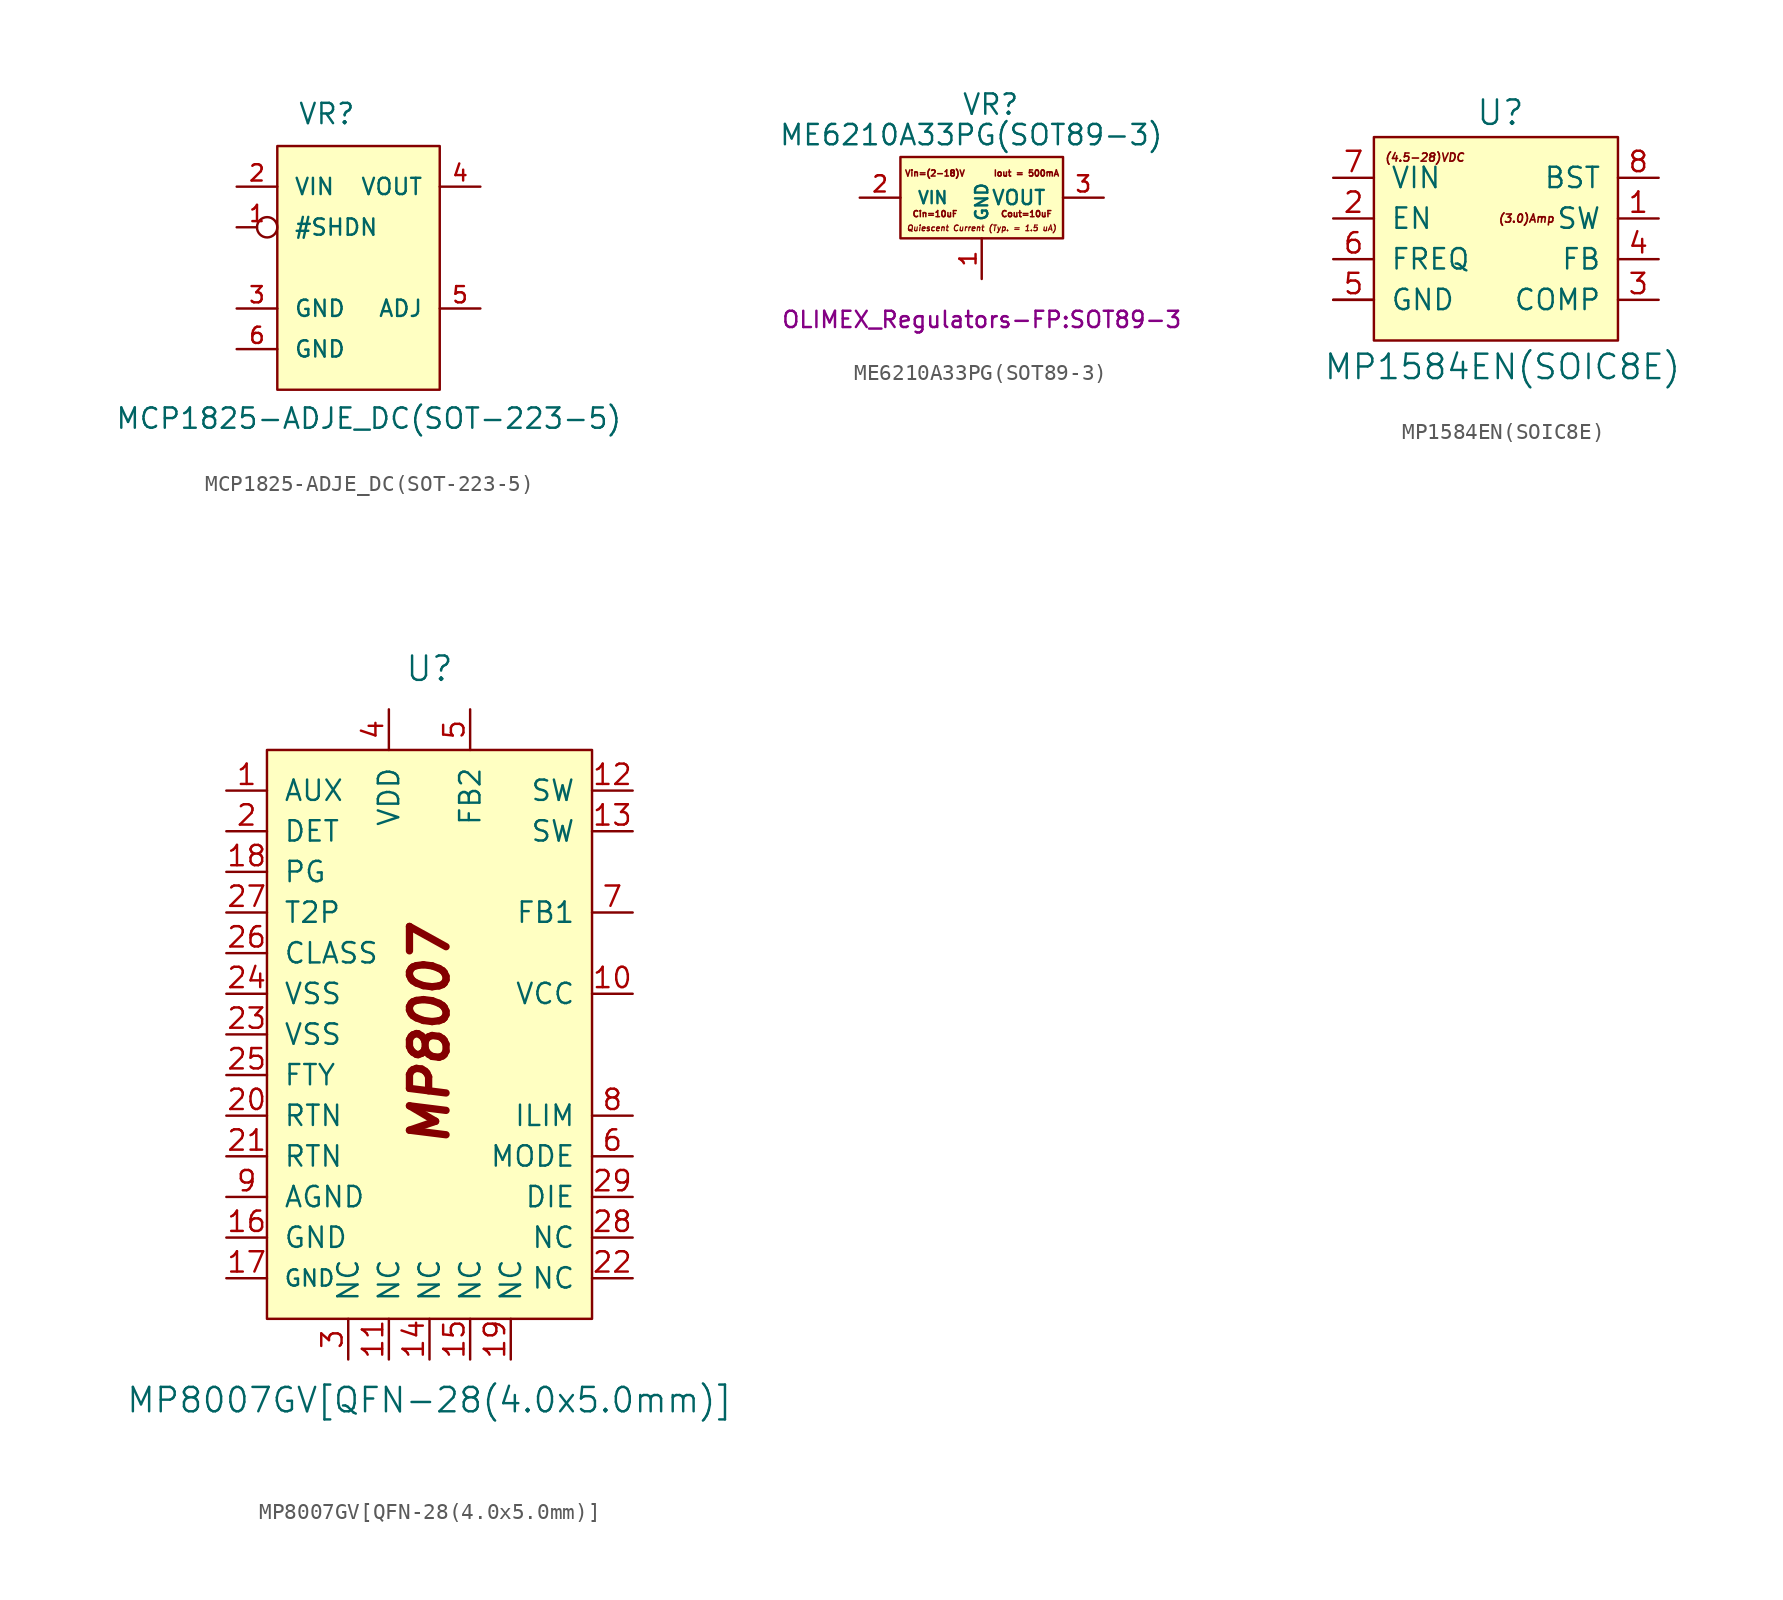
<source format=kicad_sym>
(kicad_symbol_lib
  (version 20211014)
  (generator kicad_symbol_editor)
  (symbol "MCP1825-ADJE_DC(SOT-223-5)"
    (pin_names
      (offset 1.016))
    (property "Reference" "VR"
      (at -3.81 8.89 0)
      (effects (font (size 1.27 1.27)) (justify left bottom)))
    (property "Value" "MCP1825-ADJE_DC(SOT-223-5)"
      (at -15.24 -10.16 0)
      (effects (font (size 1.27 1.27)) (justify left bottom)))
    (property "Datasheet" ""
      (at 0 0 0)
      (effects (font (size 1.524 1.524))))
    (symbol "MCP1825-ADJE_DC(SOT-223-5)_0_1"
      (rectangle (start -5.08 7.62) (end 5.08 -7.62) (stroke (width 0) (type default) (color 0 0 0 0)) (fill (type background))))
    (symbol "MCP1825-ADJE_DC(SOT-223-5)_1_1"
      (pin input inverted (at -7.62 2.54 0) (length 2.54) (name "#SHDN" (effects (font (size 1.016 1.016)))) (number "1" (effects (font (size 1.016 1.016)))))
      (pin input line (at -7.62 5.08 0) (length 2.54) (name "VIN" (effects (font (size 1.016 1.016)))) (number "2" (effects (font (size 1.016 1.016)))))
      (pin power_in line (at -7.62 -2.54 0) (length 2.54) (name "GND" (effects (font (size 1.016 1.016)))) (number "3" (effects (font (size 1.016 1.016)))))
      (pin power_out line (at 7.62 5.08 180) (length 2.54) (name "VOUT" (effects (font (size 1.016 1.016)))) (number "4" (effects (font (size 1.016 1.016)))))
      (pin input line (at 7.62 -2.54 180) (length 2.54) (name "ADJ" (effects (font (size 1.016 1.016)))) (number "5" (effects (font (size 1.016 1.016)))))
      (pin power_in line (at -7.62 -5.08 0) (length 2.54) (name "GND" (effects (font (size 1.016 1.016)))) (number "6" (effects (font (size 1.016 1.016)))))))
  (symbol "ME6210A33PG(SOT89-3)"
    (pin_names
      (offset 1.016))
    (property "Reference" "VR"
      (at -1.27 5.08 0)
      (effects (font (size 1.27 1.27)) (justify left bottom)))
    (property "Value" "ME6210A33PG(SOT89-3)"
      (at -12.7 3.175 0)
      (effects (font (size 1.27 1.27)) (justify left bottom)))
    (property "Footprint" "OLIMEX_Regulators-FP:SOT89-3"
      (at 0 -7.62 0)
      (effects (font (size 1.016 1.016))))
    (property "Datasheet" ""
      (at 0.508 -0.254 0)
      (effects (font (size 2.54 2.54))))
    (symbol "ME6210A33PG(SOT89-3)_1_0"
      (rectangle (start -5.08 2.54) (end 5.08 -2.54) (stroke (width 0) (type default) (color 0 0 0 0)) (fill (type background)))
      (text "Cin=10uF" (at -2.921 -1.016 0) (effects (font (size 0.381 0.381))))
      (text "Cout=10uF" (at 2.794 -1.016 0) (effects (font (size 0.381 0.381))))
      (text "Iout = 500mA" (at 2.794 1.524 0) (effects (font (size 0.381 0.381))))
      (text "Quiescent Current (Typ. = 1.5 uA)" (at 0 -1.905 0) (effects (font (size 0.356 0.356) bold italic)))
      (text "Vin=(2-18)V" (at -2.921 1.524 0) (effects (font (size 0.381 0.381)))))
    (symbol "ME6210A33PG(SOT89-3)_1_1"
      (pin power_in line (at 0 -5.08 90) (length 2.54) (name "GND" (effects (font (size 0.762 0.762)))) (number "1" (effects (font (size 1.016 1.016)))))
      (pin input line (at -7.62 0 0) (length 2.54) (name "VIN" (effects (font (size 0.762 0.762)))) (number "2" (effects (font (size 1.016 1.016)))))
      (pin power_out line (at 7.62 0 180) (length 2.54) (name "VOUT" (effects (font (size 0.889 0.889)))) (number "3" (effects (font (size 1.016 1.016)))))))
  (symbol "MP1584EN(SOIC8E)"
    (pin_names
      (offset 1.016))
    (property "Reference" "U"
      (at -1.27 5.715 0)
      (effects (font (size 1.524 1.524)) (justify left bottom)))
    (property "Value" "MP1584EN(SOIC8E)"
      (at -10.795 -10.16 0)
      (effects (font (size 1.524 1.524)) (justify left bottom)))
    (symbol "MP1584EN(SOIC8E)_0_0"
      (text "(3.0)Amp" (at 1.905 0 0) (effects (font (size 0.508 0.508) bold italic)))
      (text "(4.5-28)VDC" (at -4.445 3.81 0) (effects (font (size 0.508 0.508) bold italic))))
    (symbol "MP1584EN(SOIC8E)_1_0"
      (pin output line (at 10.16 0 180) (length 2.54) (name "SW" (effects (font (size 1.27 1.27)))) (number "1" (effects (font (size 1.27 1.27)))))
      (pin input line (at -10.16 0 0) (length 2.54) (name "EN" (effects (font (size 1.27 1.27)))) (number "2" (effects (font (size 1.27 1.27)))))
      (pin output line (at 10.16 -5.08 180) (length 2.54) (name "COMP" (effects (font (size 1.27 1.27)))) (number "3" (effects (font (size 1.27 1.27)))))
      (pin input line (at 10.16 -2.54 180) (length 2.54) (name "FB" (effects (font (size 1.27 1.27)))) (number "4" (effects (font (size 1.27 1.27)))))
      (pin power_in line (at -10.16 -5.08 0) (length 2.54) (name "GND" (effects (font (size 1.27 1.27)))) (number "5" (effects (font (size 1.27 1.27)))))
      (pin input line (at -10.16 -2.54 0) (length 2.54) (name "FREQ" (effects (font (size 1.27 1.27)))) (number "6" (effects (font (size 1.27 1.27)))))
      (pin power_in line (at -10.16 2.54 0) (length 2.54) (name "VIN" (effects (font (size 1.27 1.27)))) (number "7" (effects (font (size 1.27 1.27)))))
      (pin passive line (at 10.16 2.54 180) (length 2.54) (name "BST" (effects (font (size 1.27 1.27)))) (number "8" (effects (font (size 1.27 1.27)))))
      (pin input line (at -10.16 -5.08 0) (length 2.54) (name "EP1" (effects (font (size 0 0)))) (number "EP1" (effects (font (size 0 0))))))
    (symbol "MP1584EN(SOIC8E)_1_1"
      (rectangle (start -7.62 5.08) (end 7.62 -7.62) (stroke (width 0) (type default) (color 0 0 0 0)) (fill (type background)))))
  (symbol "MP8007GV[QFN-28(4.0x5.0mm)]"
    (pin_names
      (offset 1.016))
    (property "Reference" "U"
      (at 0 22.86 0)
      (effects (font (size 1.524 1.524))))
    (property "Value" "MP8007GV[QFN-28(4.0x5.0mm)]"
      (at 0 -22.86 0)
      (effects (font (size 1.524 1.524))))
    (symbol "MP8007GV[QFN-28(4.0x5.0mm)]_0_0"
      (text "MP8007" (at 0 0 900) (effects (font (size 2.286 2.286) bold italic))))
    (symbol "MP8007GV[QFN-28(4.0x5.0mm)]_0_1"
      (rectangle (start -10.16 17.78) (end 10.16 -17.78) (stroke (width 0) (type default) (color 0 0 0 0)) (fill (type background))))
    (symbol "MP8007GV[QFN-28(4.0x5.0mm)]_1_1"
      (pin input line (at -12.7 15.24 0) (length 2.54) (name "AUX" (effects (font (size 1.27 1.27)))) (number "1" (effects (font (size 1.27 1.27)))))
      (pin power_in line (at 12.7 2.54 180) (length 2.54) (name "VCC" (effects (font (size 1.27 1.27)))) (number "10" (effects (font (size 1.27 1.27)))))
      (pin input line (at -2.54 -20.32 90) (length 2.54) (name "NC" (effects (font (size 1.27 1.27)))) (number "11" (effects (font (size 1.27 1.27)))))
      (pin open_collector line (at 12.7 15.24 180) (length 2.54) (name "SW" (effects (font (size 1.27 1.27)))) (number "12" (effects (font (size 1.27 1.27)))))
      (pin open_collector line (at 12.7 12.7 180) (length 2.54) (name "SW" (effects (font (size 1.27 1.27)))) (number "13" (effects (font (size 1.27 1.27)))))
      (pin input line (at 0 -20.32 90) (length 2.54) (name "NC" (effects (font (size 1.27 1.27)))) (number "14" (effects (font (size 1.27 1.27)))))
      (pin input line (at 2.54 -20.32 90) (length 2.54) (name "NC" (effects (font (size 1.27 1.27)))) (number "15" (effects (font (size 1.27 1.27)))))
      (pin power_in line (at -12.7 -12.7 0) (length 2.54) (name "GND" (effects (font (size 1.27 1.27)))) (number "16" (effects (font (size 1.27 1.27)))))
      (pin power_in line (at -12.7 -15.24 0) (length 2.54) (name "GND" (effects (font (size 1.016 1.016)))) (number "17" (effects (font (size 1.27 1.27)))))
      (pin output line (at -12.7 10.16 0) (length 2.54) (name "PG" (effects (font (size 1.27 1.27)))) (number "18" (effects (font (size 1.27 1.27)))))
      (pin input line (at 5.08 -20.32 90) (length 2.54) (name "NC" (effects (font (size 1.27 1.27)))) (number "19" (effects (font (size 1.27 1.27)))))
      (pin input line (at -12.7 12.7 0) (length 2.54) (name "DET" (effects (font (size 1.27 1.27)))) (number "2" (effects (font (size 1.27 1.27)))))
      (pin power_in line (at -12.7 -5.08 0) (length 2.54) (name "RTN" (effects (font (size 1.27 1.27)))) (number "20" (effects (font (size 1.27 1.27)))))
      (pin power_in line (at -12.7 -7.62 0) (length 2.54) (name "RTN" (effects (font (size 1.27 1.27)))) (number "21" (effects (font (size 1.27 1.27)))))
      (pin input line (at 12.7 -15.24 180) (length 2.54) (name "NC" (effects (font (size 1.27 1.27)))) (number "22" (effects (font (size 1.27 1.27)))))
      (pin power_in line (at -12.7 0 0) (length 2.54) (name "VSS" (effects (font (size 1.27 1.27)))) (number "23" (effects (font (size 1.27 1.27)))))
      (pin power_in line (at -12.7 2.54 0) (length 2.54) (name "VSS" (effects (font (size 1.27 1.27)))) (number "24" (effects (font (size 1.27 1.27)))))
      (pin power_in line (at -12.7 -2.54 0) (length 2.54) (name "FTY" (effects (font (size 1.27 1.27)))) (number "25" (effects (font (size 1.27 1.27)))))
      (pin input line (at -12.7 5.08 0) (length 2.54) (name "CLASS" (effects (font (size 1.27 1.27)))) (number "26" (effects (font (size 1.27 1.27)))))
      (pin open_collector line (at -12.7 7.62 0) (length 2.54) (name "T2P" (effects (font (size 1.27 1.27)))) (number "27" (effects (font (size 1.27 1.27)))))
      (pin input line (at 12.7 -12.7 180) (length 2.54) (name "NC" (effects (font (size 1.27 1.27)))) (number "28" (effects (font (size 1.27 1.27)))))
      (pin input line (at 12.7 -10.16 180) (length 2.54) (name "DIE" (effects (font (size 1.27 1.27)))) (number "29" (effects (font (size 1.27 1.27)))))
      (pin input line (at -5.08 -20.32 90) (length 2.54) (name "NC" (effects (font (size 1.27 1.27)))) (number "3" (effects (font (size 1.27 1.27)))))
      (pin power_in line (at -2.54 20.32 270) (length 2.54) (name "VDD" (effects (font (size 1.27 1.27)))) (number "4" (effects (font (size 1.27 1.27)))))
      (pin input line (at 2.54 20.32 270) (length 2.54) (name "FB2" (effects (font (size 1.27 1.27)))) (number "5" (effects (font (size 1.27 1.27)))))
      (pin input line (at 12.7 -7.62 180) (length 2.54) (name "MODE" (effects (font (size 1.27 1.27)))) (number "6" (effects (font (size 1.27 1.27)))))
      (pin input line (at 12.7 7.62 180) (length 2.54) (name "FB1" (effects (font (size 1.27 1.27)))) (number "7" (effects (font (size 1.27 1.27)))))
      (pin input line (at 12.7 -5.08 180) (length 2.54) (name "ILIM" (effects (font (size 1.27 1.27)))) (number "8" (effects (font (size 1.27 1.27)))))
      (pin power_in line (at -12.7 -10.16 0) (length 2.54) (name "AGND" (effects (font (size 1.27 1.27)))) (number "9" (effects (font (size 1.27 1.27))))))))
</source>
